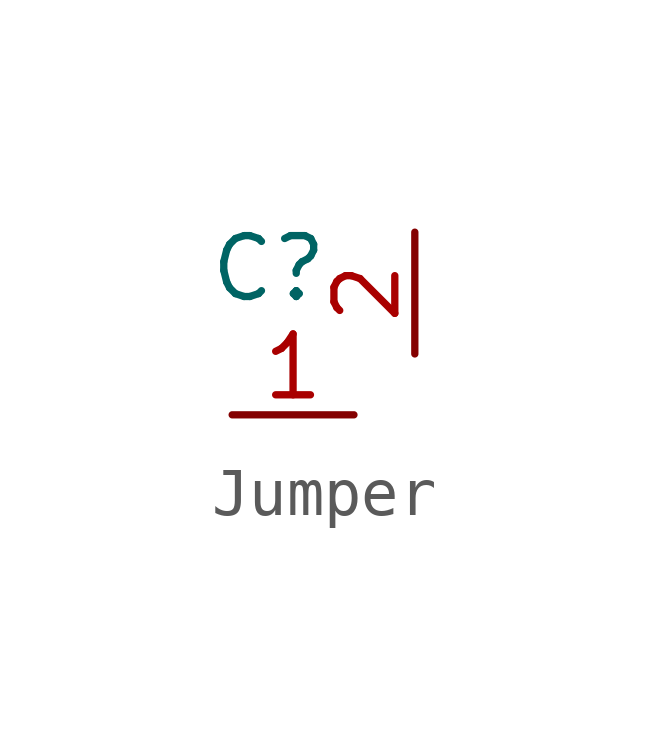
<source format=kicad_sym>
(kicad_symbol_lib
  (version 20241209)
  (generator "kicad_symbol_editor")
  (generator_version "9.0")
  (symbol "Jumper"
    (property "Reference" "C"
      (at -3.048 1.778 0)
      (effects (font (size 1.27 1.27))))
    (property "Value" ""
      (at 0 0 0)
      (effects (font (size 1.27 1.27))))
    (symbol "Jumper_1_1"
      (pin passive line (at -3.81 -1.27 0) (length 2.54) (name "" (effects (font (size 1.27 1.27)))) (number "1" (effects (font (size 1.27 1.27)))))
      (pin passive line (at 0 2.54 270) (length 2.54) (name "" (effects (font (size 1.27 1.27)))) (number "2" (effects (font (size 1.27 1.27))))))))
</source>
